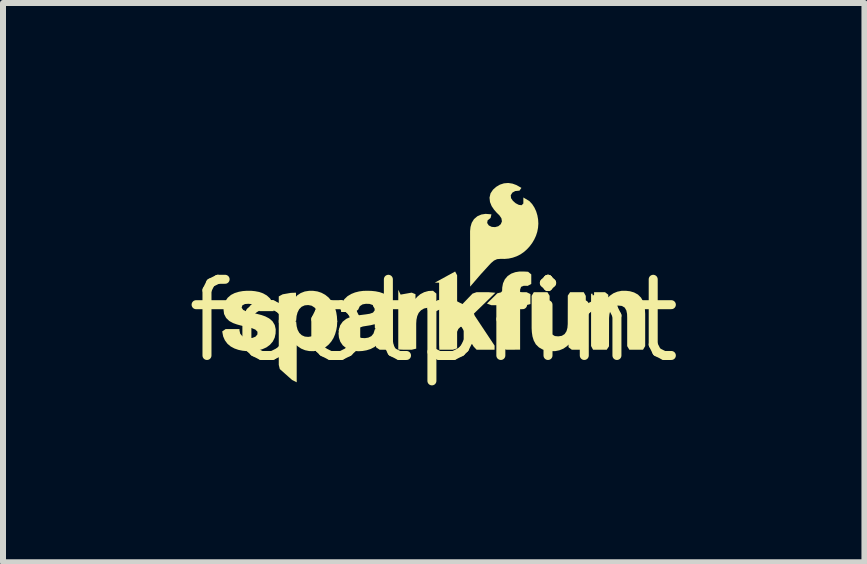
<source format=kicad_pcb>
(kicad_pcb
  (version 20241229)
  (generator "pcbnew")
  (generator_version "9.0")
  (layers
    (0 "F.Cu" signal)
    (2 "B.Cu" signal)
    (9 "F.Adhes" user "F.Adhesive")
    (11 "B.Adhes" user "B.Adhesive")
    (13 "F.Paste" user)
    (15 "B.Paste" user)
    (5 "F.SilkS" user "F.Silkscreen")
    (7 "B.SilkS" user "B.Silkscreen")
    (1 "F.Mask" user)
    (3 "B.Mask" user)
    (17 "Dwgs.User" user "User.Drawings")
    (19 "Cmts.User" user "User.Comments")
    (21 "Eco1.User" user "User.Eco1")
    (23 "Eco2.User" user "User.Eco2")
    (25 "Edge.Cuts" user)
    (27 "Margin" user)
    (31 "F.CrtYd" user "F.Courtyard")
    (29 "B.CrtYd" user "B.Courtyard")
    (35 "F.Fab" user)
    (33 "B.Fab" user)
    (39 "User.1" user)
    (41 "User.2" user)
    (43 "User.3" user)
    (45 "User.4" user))
  (footprint "footprint"
    (layer "F.Cu")
    (at 4.18 2.296)
    (property "Reference" "footprint" (at 0 0 0) (layer "F.SilkS") (effects (font (size 1.27 1.27) (thickness 0.15))))
    (fp_poly (pts (xy -0.552 -0.435) (xy -0.367 -0.468) (xy -0.304 -0.442) (xy -0.304 -0.364) (xy -0.278 -0.396) (xy -0.223 -0.442) (xy -0.16 -0.475) (xy -0.091 -0.495) (xy -0.012 -0.499) (xy 0.044 -0.452) (xy 0.044 -0.216) (xy -0.103 -0.216) (xy -0.162 -0.203) (xy -0.212 -0.174) (xy -0.251 -0.13) (xy -0.275 -0.076) (xy -0.288 -0.015) (xy -0.292 0.048) (xy -0.292 0.466) (xy -0.367 0.484) (xy -0.504 0.484) (xy -0.591 0.48) (xy -0.591 -0.516)) (stroke (width 0) (type solid)) (fill yes) (layer "F.SilkS"))
    (fp_poly (pts (xy 0.39 -0.757) (xy 0.39 -0.185) (xy 0.646 -0.451) (xy 0.713 -0.475) (xy 0.916 -0.475) (xy 1.028 -0.466) (xy 0.67 -0.118) (xy 0.684 -0.082) (xy 1.015 0.416) (xy 1.014 0.484) (xy 0.715 0.484) (xy 0.665 0.431) (xy 0.463 0.103) (xy 0.446 0.103) (xy 0.41 0.138) (xy 0.39 0.184) (xy 0.39 0.461) (xy 0.319 0.484) (xy 0.093 0.484) (xy 0.09 0.396) (xy 0.09 -0.634) (xy 0.018 -0.634) (xy 0.357 -0.82)) (stroke (width 0) (type solid)) (fill yes) (layer "F.SilkS"))
    (fp_poly (pts (xy -1.283 0.15) (xy -1.284 0.226) (xy -1.257 0.267) (xy -1.208 0.287) (xy -1.148 0.291) (xy -1.09 0.282) (xy -1.039 0.257) (xy -1.004 0.214) (xy -0.981 0.142) (xy -0.909 0.126) (xy -0.683 0.126) (xy -0.682 0.283) (xy -0.679 0.347) (xy -0.668 0.413) (xy -0.671 0.484) (xy -0.901 0.484) (xy -0.959 0.445) (xy -0.966 0.42) (xy -0.989 0.439) (xy -1.052 0.472) (xy -1.119 0.493) (xy -1.187 0.505) (xy -1.256 0.509) (xy -1.326 0.503) (xy -1.395 0.487) (xy -1.46 0.457) (xy -1.516 0.411) (xy -1.557 0.351) (xy -1.58 0.282) (xy -1.587 0.21) (xy -1.571 0.126) (xy -1.347 0.126)) (stroke (width 0) (type solid)) (fill yes) (layer "F.SilkS"))
    (fp_poly (pts (xy 1.573 -0.816) (xy 1.626 -0.772) (xy 1.626 -0.613) (xy 1.567 -0.581) (xy 1.5 -0.582) (xy 1.456 -0.564) (xy 1.44 -0.517) (xy 1.44 -0.478) (xy 1.477 -0.475) (xy 1.548 -0.475) (xy 1.612 -0.444) (xy 1.612 -0.277) (xy 1.537 -0.258) (xy 1.471 -0.258) (xy 1.44 -0.25) (xy 1.44 0.483) (xy 1.214 0.484) (xy 1.14 0.464) (xy 1.14 -0.258) (xy 0.962 -0.258) (xy 0.887 -0.286) (xy 1.061 -0.457) (xy 1.121 -0.472) (xy 1.14 -0.494) (xy 1.142 -0.553) (xy 1.155 -0.623) (xy 1.185 -0.689) (xy 1.232 -0.745) (xy 1.293 -0.785) (xy 1.36 -0.809) (xy 1.429 -0.82) (xy 1.498 -0.82)) (stroke (width 0) (type solid)) (fill yes) (layer "F.SilkS"))
    (fp_poly (pts (xy -2.293 0.015) (xy -2.285 0.092) (xy -2.269 0.151) (xy -2.241 0.203) (xy -2.2 0.242) (xy -2.148 0.265) (xy -2.09 0.27) (xy -2.033 0.26) (xy -1.984 0.232) (xy -1.948 0.187) (xy -1.925 0.132) (xy -1.912 0.072) (xy -1.907 -0.015) (xy -1.683 -0.015) (xy -1.608 0.004) (xy -1.613 0.092) (xy -1.625 0.159) (xy -1.644 0.225) (xy -1.671 0.289) (xy -1.708 0.348) (xy -1.754 0.401) (xy -1.808 0.445) (xy -1.87 0.478) (xy -1.937 0.499) (xy -2.006 0.508) (xy -2.076 0.506) (xy -2.145 0.492) (xy -2.21 0.465) (xy -2.269 0.425) (xy -2.284 0.409) (xy -2.284 1.027) (xy -2.361 0.988) (xy -2.566 0.806) (xy -2.583 0.736) (xy -2.583 -0.015) (xy -2.355 -0.015)) (stroke (width 0) (type solid)) (fill yes) (layer "F.SilkS"))
    (fp_poly (pts (xy -2.009 -0.498) (xy -1.939 -0.488) (xy -1.872 -0.466) (xy -1.809 -0.432) (xy -1.753 -0.387) (xy -1.707 -0.333) (xy -1.671 -0.273) (xy -1.644 -0.209) (xy -1.625 -0.142) (xy -1.614 -0.073) (xy -1.608 0.015) (xy -1.684 0.035) (xy -1.821 0.035) (xy -1.907 0.03) (xy -1.913 -0.056) (xy -1.926 -0.118) (xy -1.949 -0.173) (xy -1.986 -0.219) (xy -2.035 -0.25) (xy -2.092 -0.261) (xy -2.15 -0.256) (xy -2.203 -0.232) (xy -2.243 -0.191) (xy -2.27 -0.138) (xy -2.286 -0.078) (xy -2.293 -0.001) (xy -2.351 0.035) (xy -2.583 0.035) (xy -2.583 -0.405) (xy -2.518 -0.44) (xy -2.381 -0.464) (xy -2.296 -0.467) (xy -2.296 -0.399) (xy -2.277 -0.421) (xy -2.217 -0.461) (xy -2.15 -0.487) (xy -2.079 -0.498)) (stroke (width 0) (type solid)) (fill yes) (layer "F.SilkS"))
    (fp_poly (pts (xy 1.932 -0.415) (xy 1.932 0.057) (xy 1.935 0.121) (xy 1.946 0.18) (xy 1.974 0.229) (xy 2.02 0.256) (xy 2.077 0.261) (xy 2.135 0.252) (xy 2.182 0.223) (xy 2.213 0.176) (xy 2.229 0.118) (xy 2.234 0.055) (xy 2.235 -0.418) (xy 2.273 -0.475) (xy 2.501 -0.475) (xy 2.535 -0.413) (xy 2.535 0.453) (xy 2.549 0.484) (xy 2.302 0.484) (xy 2.247 0.442) (xy 2.247 0.397) (xy 2.221 0.425) (xy 2.162 0.466) (xy 2.096 0.493) (xy 2.026 0.507) (xy 1.956 0.508) (xy 1.886 0.5) (xy 1.818 0.481) (xy 1.754 0.445) (xy 1.702 0.394) (xy 1.667 0.33) (xy 1.646 0.262) (xy 1.636 0.193) (xy 1.632 0.125) (xy 1.632 -0.415) (xy 1.668 -0.475) (xy 1.896 -0.475)) (stroke (width 0) (type solid)) (fill yes) (layer "F.SilkS"))
    (fp_poly (pts (xy 3.271 -0.491) (xy 3.34 -0.471) (xy 3.404 -0.436) (xy 3.456 -0.384) (xy 3.491 -0.321) (xy 3.511 -0.253) (xy 3.521 -0.184) (xy 3.525 -0.116) (xy 3.525 0.424) (xy 3.489 0.484) (xy 3.261 0.484) (xy 3.225 0.424) (xy 3.225 -0.048) (xy 3.223 -0.112) (xy 3.211 -0.171) (xy 3.183 -0.219) (xy 3.137 -0.246) (xy 3.08 -0.252) (xy 3.022 -0.243) (xy 2.975 -0.214) (xy 2.944 -0.167) (xy 2.929 -0.109) (xy 2.923 -0.046) (xy 2.922 0.427) (xy 2.884 0.484) (xy 2.656 0.484) (xy 2.623 0.422) (xy 2.623 -0.45) (xy 2.648 -0.45) (xy 2.648 -0.425) (xy 2.673 -0.425) (xy 2.673 -0.475) (xy 2.856 -0.475) (xy 2.91 -0.433) (xy 2.91 -0.388) (xy 2.936 -0.416) (xy 2.995 -0.457) (xy 3.061 -0.484) (xy 3.131 -0.498) (xy 3.202 -0.499)) (stroke (width 0) (type solid)) (fill yes) (layer "F.SilkS"))
    (fp_poly (pts (xy -1.039 -0.497) (xy -0.97 -0.49) (xy -0.902 -0.476) (xy -0.836 -0.453) (xy -0.773 -0.415) (xy -0.723 -0.361) (xy -0.692 -0.294) (xy -0.683 -0.223) (xy -0.683 0.12) (xy -0.722 0.176) (xy -0.95 0.176) (xy -0.982 0.116) (xy -0.982 0.062) (xy -0.99 0.06) (xy -1.049 0.075) (xy -1.18 0.096) (xy -1.236 0.115) (xy -1.285 0.161) (xy -1.352 0.176) (xy -1.588 0.176) (xy -1.56 0.078) (xy -1.518 0.017) (xy -1.461 -0.029) (xy -1.396 -0.059) (xy -1.328 -0.077) (xy -1.261 -0.089) (xy -1.129 -0.106) (xy -1.066 -0.116) (xy -1.012 -0.135) (xy -0.984 -0.173) (xy -0.988 -0.222) (xy -1.018 -0.262) (xy -1.07 -0.28) (xy -1.13 -0.282) (xy -1.187 -0.272) (xy -1.232 -0.242) (xy -1.26 -0.183) (xy -1.313 -0.145) (xy -1.543 -0.145) (xy -1.552 -0.226) (xy -1.529 -0.297) (xy -1.49 -0.358) (xy -1.438 -0.408) (xy -1.377 -0.445) (xy -1.312 -0.471) (xy -1.244 -0.488) (xy -1.176 -0.497) (xy -1.107 -0.499)) (stroke (width 0) (type solid)) (fill yes) (layer "F.SilkS"))
    (fp_poly (pts (xy 1.313 -2.285) (xy 1.379 -2.261) (xy 1.462 -2.214) (xy 1.43 -2.168) (xy 1.358 -2.161) (xy 1.311 -2.135) (xy 1.284 -2.092) (xy 1.289 -2.043) (xy 1.321 -1.997) (xy 1.366 -1.958) (xy 1.418 -1.931) (xy 1.465 -1.925) (xy 1.494 -1.954) (xy 1.494 -2.054) (xy 1.533 -2.031) (xy 1.592 -1.996) (xy 1.641 -1.944) (xy 1.679 -1.885) (xy 1.708 -1.822) (xy 1.728 -1.756) (xy 1.74 -1.688) (xy 1.744 -1.619) (xy 1.739 -1.55) (xy 1.726 -1.482) (xy 1.705 -1.417) (xy 1.676 -1.354) (xy 1.641 -1.295) (xy 1.6 -1.24) (xy 1.554 -1.19) (xy 1.502 -1.144) (xy 1.445 -1.105) (xy 1.383 -1.074) (xy 1.318 -1.051) (xy 1.25 -1.036) (xy 1.182 -1.03) (xy 1.116 -1.031) (xy 1.056 -1.026) (xy 1.004 -1.002) (xy 0.957 -0.962) (xy 0.913 -0.915) (xy 0.78 -0.769) (xy 0.607 -0.568) (xy 0.606 -1.493) (xy 0.613 -1.562) (xy 0.633 -1.631) (xy 0.671 -1.693) (xy 0.727 -1.741) (xy 0.794 -1.77) (xy 0.865 -1.781) (xy 0.962 -1.773) (xy 0.948 -1.713) (xy 0.898 -1.672) (xy 0.891 -1.629) (xy 0.918 -1.588) (xy 0.967 -1.564) (xy 1.023 -1.56) (xy 1.077 -1.575) (xy 1.118 -1.609) (xy 1.137 -1.656) (xy 1.128 -1.708) (xy 1.095 -1.756) (xy 1.049 -1.801) (xy 1.004 -1.853) (xy 0.965 -1.911) (xy 0.938 -1.978) (xy 0.93 -2.051) (xy 0.947 -2.123) (xy 0.988 -2.184) (xy 1.042 -2.232) (xy 1.103 -2.268) (xy 1.171 -2.29) (xy 1.242 -2.296)) (stroke (width 0) (type solid)) (fill yes) (layer "F.SilkS"))
    (fp_poly (pts (xy -3.046 -0.499) (xy -2.978 -0.492) (xy -2.91 -0.479) (xy -2.845 -0.456) (xy -2.783 -0.421) (xy -2.73 -0.373) (xy -2.691 -0.312) (xy -2.666 -0.243) (xy -2.668 -0.159) (xy -2.901 -0.159) (xy -2.946 -0.204) (xy -2.979 -0.254) (xy -3.028 -0.276) (xy -3.088 -0.282) (xy -3.146 -0.278) (xy -3.19 -0.256) (xy -3.202 -0.217) (xy -3.176 -0.179) (xy -3.125 -0.156) (xy -3.064 -0.139) (xy -2.936 -0.111) (xy -2.87 -0.094) (xy -2.806 -0.071) (xy -2.743 -0.038) (xy -2.688 0.009) (xy -2.65 0.072) (xy -2.634 0.143) (xy -2.636 0.214) (xy -2.651 0.283) (xy -2.683 0.348) (xy -2.73 0.402) (xy -2.787 0.444) (xy -2.851 0.473) (xy -2.918 0.493) (xy -2.985 0.504) (xy -3.053 0.508) (xy -3.121 0.507) (xy -3.189 0.5) (xy -3.256 0.486) (xy -3.322 0.463) (xy -3.384 0.43) (xy -3.438 0.385) (xy -3.481 0.327) (xy -3.51 0.262) (xy -3.526 0.179) (xy -3.468 0.139) (xy -3.238 0.139) (xy -3.238 0.161) (xy -3.226 0.216) (xy -3.192 0.257) (xy -3.141 0.282) (xy -3.082 0.291) (xy -3.024 0.287) (xy -2.972 0.267) (xy -2.939 0.229) (xy -2.938 0.184) (xy -2.972 0.149) (xy -3.027 0.126) (xy -3.088 0.109) (xy -3.216 0.08) (xy -3.281 0.062) (xy -3.346 0.039) (xy -3.408 0.005) (xy -3.461 -0.046) (xy -3.495 -0.112) (xy -3.504 -0.184) (xy -3.497 -0.255) (xy -3.475 -0.323) (xy -3.434 -0.383) (xy -3.379 -0.43) (xy -3.316 -0.462) (xy -3.249 -0.482) (xy -3.182 -0.494) (xy -3.114 -0.499)) (stroke (width 0) (type solid)) (fill yes) (layer "F.SilkS")))
  (gr_rect
    (start -3 -3)
    (end 11.36 6.323)
    (stroke (width 0.1) (type default))
    (fill no)
    (layer "Edge.Cuts")))
</source>
